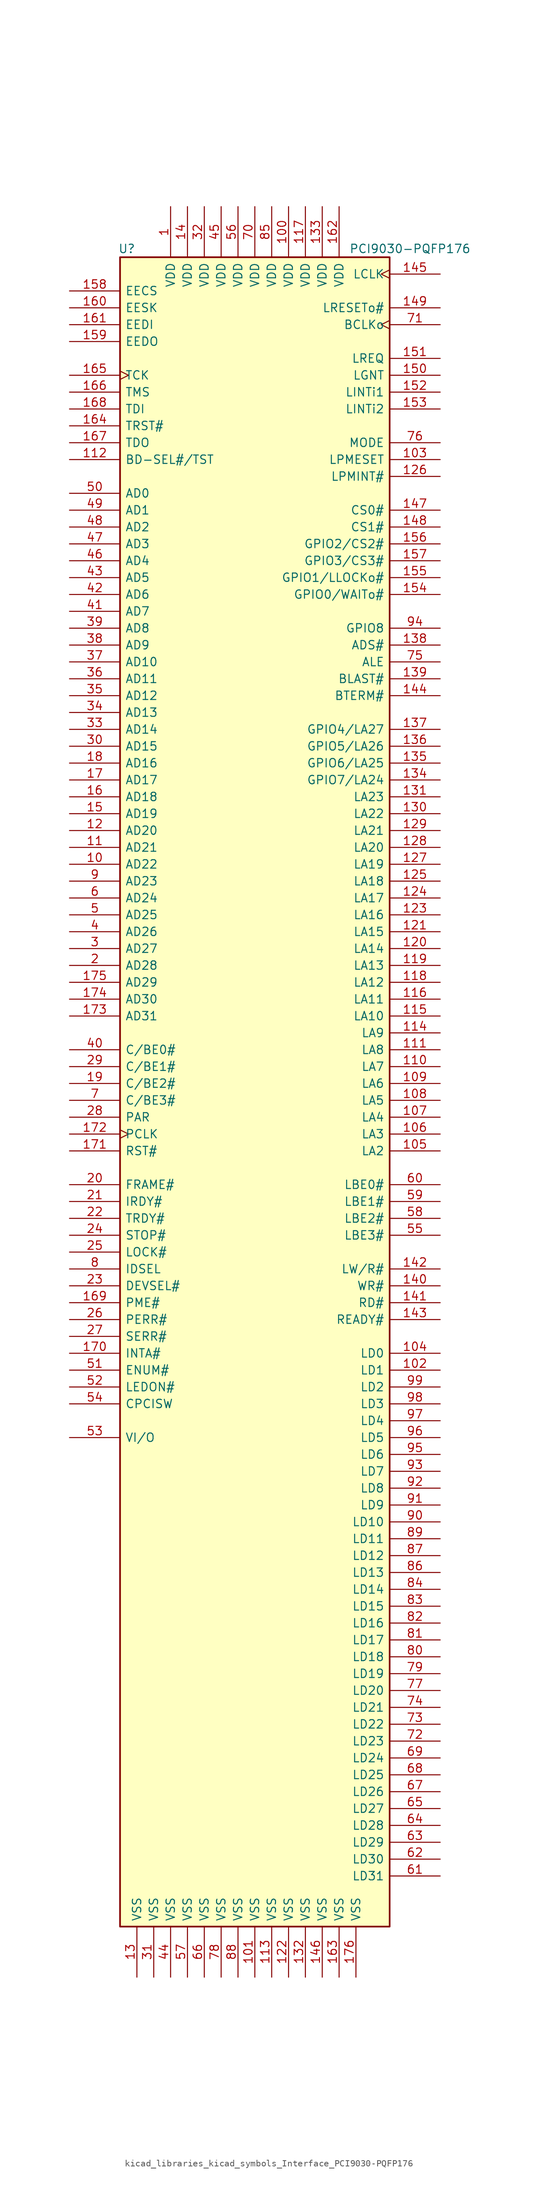
<source format=kicad_sym>
(kicad_symbol_lib
  (version 20220914)
  (generator kicad_symbol_editor)
  (symbol "kicad_libraries_kicad_symbols_Interface_PCI9030-PQFP176"
    (pin_names
      (offset 0.762))
    (property "Reference" "U"
      (at -19.304 125.73 0)
      (effects (font (size 1.27 1.27))))
    (property "Value" "PCI9030-PQFP176"
      (at 14.224 125.73 0)
      (effects (font (size 1.27 1.27)) (justify left)))
    (symbol "kicad_libraries_kicad_symbols_Interface_PCI9030-PQFP176_1_1"
      (rectangle (start 20.32 -127) (end -20.32 124.46) (stroke (width 0.254) (type default)) (fill (type background)))
      (pin power_in line (at -12.7 132.08 270) (length 7.62) (name "VDD" (effects (font (size 1.27 1.27)))) (number "1" (effects (font (size 1.27 1.27)))))
      (pin bidirectional line (at -27.94 33.02 0) (length 7.62) (name "AD22" (effects (font (size 1.27 1.27)))) (number "10" (effects (font (size 1.27 1.27)))))
      (pin power_in line (at 5.08 132.08 270) (length 7.62) (name "VDD" (effects (font (size 1.27 1.27)))) (number "100" (effects (font (size 1.27 1.27)))))
      (pin power_in line (at 0 -134.62 90) (length 7.62) (name "VSS" (effects (font (size 1.27 1.27)))) (number "101" (effects (font (size 1.27 1.27)))))
      (pin bidirectional line (at 27.94 -43.18 180) (length 7.62) (name "LD1" (effects (font (size 1.27 1.27)))) (number "102" (effects (font (size 1.27 1.27)))))
      (pin input line (at 27.94 93.98 180) (length 7.62) (name "LPMESET" (effects (font (size 1.27 1.27)))) (number "103" (effects (font (size 1.27 1.27)))))
      (pin bidirectional line (at 27.94 -40.64 180) (length 7.62) (name "LD0" (effects (font (size 1.27 1.27)))) (number "104" (effects (font (size 1.27 1.27)))))
      (pin output line (at 27.94 -10.16 180) (length 7.62) (name "LA2" (effects (font (size 1.27 1.27)))) (number "105" (effects (font (size 1.27 1.27)))))
      (pin output line (at 27.94 -7.62 180) (length 7.62) (name "LA3" (effects (font (size 1.27 1.27)))) (number "106" (effects (font (size 1.27 1.27)))))
      (pin output line (at 27.94 -5.08 180) (length 7.62) (name "LA4" (effects (font (size 1.27 1.27)))) (number "107" (effects (font (size 1.27 1.27)))))
      (pin output line (at 27.94 -2.54 180) (length 7.62) (name "LA5" (effects (font (size 1.27 1.27)))) (number "108" (effects (font (size 1.27 1.27)))))
      (pin output line (at 27.94 0 180) (length 7.62) (name "LA6" (effects (font (size 1.27 1.27)))) (number "109" (effects (font (size 1.27 1.27)))))
      (pin bidirectional line (at -27.94 35.56 0) (length 7.62) (name "AD21" (effects (font (size 1.27 1.27)))) (number "11" (effects (font (size 1.27 1.27)))))
      (pin output line (at 27.94 2.54 180) (length 7.62) (name "LA7" (effects (font (size 1.27 1.27)))) (number "110" (effects (font (size 1.27 1.27)))))
      (pin output line (at 27.94 5.08 180) (length 7.62) (name "LA8" (effects (font (size 1.27 1.27)))) (number "111" (effects (font (size 1.27 1.27)))))
      (pin input line (at -27.94 93.98 0) (length 7.62) (name "BD-SEL#/TST" (effects (font (size 1.27 1.27)))) (number "112" (effects (font (size 1.27 1.27)))))
      (pin power_in line (at 2.54 -134.62 90) (length 7.62) (name "VSS" (effects (font (size 1.27 1.27)))) (number "113" (effects (font (size 1.27 1.27)))))
      (pin output line (at 27.94 7.62 180) (length 7.62) (name "LA9" (effects (font (size 1.27 1.27)))) (number "114" (effects (font (size 1.27 1.27)))))
      (pin input line (at 27.94 10.16 180) (length 7.62) (name "LA10" (effects (font (size 1.27 1.27)))) (number "115" (effects (font (size 1.27 1.27)))))
      (pin output line (at 27.94 12.7 180) (length 7.62) (name "LA11" (effects (font (size 1.27 1.27)))) (number "116" (effects (font (size 1.27 1.27)))))
      (pin power_in line (at 7.62 132.08 270) (length 7.62) (name "VDD" (effects (font (size 1.27 1.27)))) (number "117" (effects (font (size 1.27 1.27)))))
      (pin output line (at 27.94 15.24 180) (length 7.62) (name "LA12" (effects (font (size 1.27 1.27)))) (number "118" (effects (font (size 1.27 1.27)))))
      (pin output line (at 27.94 17.78 180) (length 7.62) (name "LA13" (effects (font (size 1.27 1.27)))) (number "119" (effects (font (size 1.27 1.27)))))
      (pin bidirectional line (at -27.94 38.1 0) (length 7.62) (name "AD20" (effects (font (size 1.27 1.27)))) (number "12" (effects (font (size 1.27 1.27)))))
      (pin output line (at 27.94 20.32 180) (length 7.62) (name "LA14" (effects (font (size 1.27 1.27)))) (number "120" (effects (font (size 1.27 1.27)))))
      (pin output line (at 27.94 22.86 180) (length 7.62) (name "LA15" (effects (font (size 1.27 1.27)))) (number "121" (effects (font (size 1.27 1.27)))))
      (pin power_in line (at 5.08 -134.62 90) (length 7.62) (name "VSS" (effects (font (size 1.27 1.27)))) (number "122" (effects (font (size 1.27 1.27)))))
      (pin output line (at 27.94 25.4 180) (length 7.62) (name "LA16" (effects (font (size 1.27 1.27)))) (number "123" (effects (font (size 1.27 1.27)))))
      (pin output line (at 27.94 27.94 180) (length 7.62) (name "LA17" (effects (font (size 1.27 1.27)))) (number "124" (effects (font (size 1.27 1.27)))))
      (pin output line (at 27.94 30.48 180) (length 7.62) (name "LA18" (effects (font (size 1.27 1.27)))) (number "125" (effects (font (size 1.27 1.27)))))
      (pin output line (at 27.94 91.44 180) (length 7.62) (name "LPMINT#" (effects (font (size 1.27 1.27)))) (number "126" (effects (font (size 1.27 1.27)))))
      (pin output line (at 27.94 33.02 180) (length 7.62) (name "LA19" (effects (font (size 1.27 1.27)))) (number "127" (effects (font (size 1.27 1.27)))))
      (pin output line (at 27.94 35.56 180) (length 7.62) (name "LA20" (effects (font (size 1.27 1.27)))) (number "128" (effects (font (size 1.27 1.27)))))
      (pin output line (at 27.94 38.1 180) (length 7.62) (name "LA21" (effects (font (size 1.27 1.27)))) (number "129" (effects (font (size 1.27 1.27)))))
      (pin power_in line (at -17.78 -134.62 90) (length 7.62) (name "VSS" (effects (font (size 1.27 1.27)))) (number "13" (effects (font (size 1.27 1.27)))))
      (pin output line (at 27.94 40.64 180) (length 7.62) (name "LA22" (effects (font (size 1.27 1.27)))) (number "130" (effects (font (size 1.27 1.27)))))
      (pin output line (at 27.94 43.18 180) (length 7.62) (name "LA23" (effects (font (size 1.27 1.27)))) (number "131" (effects (font (size 1.27 1.27)))))
      (pin power_in line (at 7.62 -134.62 90) (length 7.62) (name "VSS" (effects (font (size 1.27 1.27)))) (number "132" (effects (font (size 1.27 1.27)))))
      (pin power_in line (at 10.16 132.08 270) (length 7.62) (name "VDD" (effects (font (size 1.27 1.27)))) (number "133" (effects (font (size 1.27 1.27)))))
      (pin bidirectional line (at 27.94 45.72 180) (length 7.62) (name "GPIO7/LA24" (effects (font (size 1.27 1.27)))) (number "134" (effects (font (size 1.27 1.27)))))
      (pin bidirectional line (at 27.94 48.26 180) (length 7.62) (name "GPIO6/LA25" (effects (font (size 1.27 1.27)))) (number "135" (effects (font (size 1.27 1.27)))))
      (pin bidirectional line (at 27.94 50.8 180) (length 7.62) (name "GPIO5/LA26" (effects (font (size 1.27 1.27)))) (number "136" (effects (font (size 1.27 1.27)))))
      (pin bidirectional line (at 27.94 53.34 180) (length 7.62) (name "GPIO4/LA27" (effects (font (size 1.27 1.27)))) (number "137" (effects (font (size 1.27 1.27)))))
      (pin output line (at 27.94 66.04 180) (length 7.62) (name "ADS#" (effects (font (size 1.27 1.27)))) (number "138" (effects (font (size 1.27 1.27)))))
      (pin output line (at 27.94 60.96 180) (length 7.62) (name "BLAST#" (effects (font (size 1.27 1.27)))) (number "139" (effects (font (size 1.27 1.27)))))
      (pin power_in line (at -10.16 132.08 270) (length 7.62) (name "VDD" (effects (font (size 1.27 1.27)))) (number "14" (effects (font (size 1.27 1.27)))))
      (pin output line (at 27.94 -30.48 180) (length 7.62) (name "WR#" (effects (font (size 1.27 1.27)))) (number "140" (effects (font (size 1.27 1.27)))))
      (pin output line (at 27.94 -33.02 180) (length 7.62) (name "RD#" (effects (font (size 1.27 1.27)))) (number "141" (effects (font (size 1.27 1.27)))))
      (pin output line (at 27.94 -27.94 180) (length 7.62) (name "LW/R#" (effects (font (size 1.27 1.27)))) (number "142" (effects (font (size 1.27 1.27)))))
      (pin input line (at 27.94 -35.56 180) (length 7.62) (name "READY#" (effects (font (size 1.27 1.27)))) (number "143" (effects (font (size 1.27 1.27)))))
      (pin input line (at 27.94 58.42 180) (length 7.62) (name "BTERM#" (effects (font (size 1.27 1.27)))) (number "144" (effects (font (size 1.27 1.27)))))
      (pin input clock (at 27.94 121.92 180) (length 7.62) (name "LCLK" (effects (font (size 1.27 1.27)))) (number "145" (effects (font (size 1.27 1.27)))))
      (pin power_in line (at 10.16 -134.62 90) (length 7.62) (name "VSS" (effects (font (size 1.27 1.27)))) (number "146" (effects (font (size 1.27 1.27)))))
      (pin output line (at 27.94 86.36 180) (length 7.62) (name "CS0#" (effects (font (size 1.27 1.27)))) (number "147" (effects (font (size 1.27 1.27)))))
      (pin output line (at 27.94 83.82 180) (length 7.62) (name "CS1#" (effects (font (size 1.27 1.27)))) (number "148" (effects (font (size 1.27 1.27)))))
      (pin output line (at 27.94 116.84 180) (length 7.62) (name "LRESETo#" (effects (font (size 1.27 1.27)))) (number "149" (effects (font (size 1.27 1.27)))))
      (pin bidirectional line (at -27.94 40.64 0) (length 7.62) (name "AD19" (effects (font (size 1.27 1.27)))) (number "15" (effects (font (size 1.27 1.27)))))
      (pin output line (at 27.94 106.68 180) (length 7.62) (name "LGNT" (effects (font (size 1.27 1.27)))) (number "150" (effects (font (size 1.27 1.27)))))
      (pin input line (at 27.94 109.22 180) (length 7.62) (name "LREQ" (effects (font (size 1.27 1.27)))) (number "151" (effects (font (size 1.27 1.27)))))
      (pin input line (at 27.94 104.14 180) (length 7.62) (name "LINTi1" (effects (font (size 1.27 1.27)))) (number "152" (effects (font (size 1.27 1.27)))))
      (pin input line (at 27.94 101.6 180) (length 7.62) (name "LINTi2" (effects (font (size 1.27 1.27)))) (number "153" (effects (font (size 1.27 1.27)))))
      (pin bidirectional line (at 27.94 73.66 180) (length 7.62) (name "GPIO0/WAITo#" (effects (font (size 1.27 1.27)))) (number "154" (effects (font (size 1.27 1.27)))))
      (pin bidirectional line (at 27.94 76.2 180) (length 7.62) (name "GPIO1/LLOCKo#" (effects (font (size 1.27 1.27)))) (number "155" (effects (font (size 1.27 1.27)))))
      (pin bidirectional line (at 27.94 81.28 180) (length 7.62) (name "GPIO2/CS2#" (effects (font (size 1.27 1.27)))) (number "156" (effects (font (size 1.27 1.27)))))
      (pin bidirectional line (at 27.94 78.74 180) (length 7.62) (name "GPIO3/CS3#" (effects (font (size 1.27 1.27)))) (number "157" (effects (font (size 1.27 1.27)))))
      (pin output line (at -27.94 119.38 0) (length 7.62) (name "EECS" (effects (font (size 1.27 1.27)))) (number "158" (effects (font (size 1.27 1.27)))))
      (pin input line (at -27.94 111.76 0) (length 7.62) (name "EEDO" (effects (font (size 1.27 1.27)))) (number "159" (effects (font (size 1.27 1.27)))))
      (pin bidirectional line (at -27.94 43.18 0) (length 7.62) (name "AD18" (effects (font (size 1.27 1.27)))) (number "16" (effects (font (size 1.27 1.27)))))
      (pin output line (at -27.94 116.84 0) (length 7.62) (name "EESK" (effects (font (size 1.27 1.27)))) (number "160" (effects (font (size 1.27 1.27)))))
      (pin output line (at -27.94 114.3 0) (length 7.62) (name "EEDI" (effects (font (size 1.27 1.27)))) (number "161" (effects (font (size 1.27 1.27)))))
      (pin power_in line (at 12.7 132.08 270) (length 7.62) (name "VDD" (effects (font (size 1.27 1.27)))) (number "162" (effects (font (size 1.27 1.27)))))
      (pin power_in line (at 12.7 -134.62 90) (length 7.62) (name "VSS" (effects (font (size 1.27 1.27)))) (number "163" (effects (font (size 1.27 1.27)))))
      (pin input line (at -27.94 99.06 0) (length 7.62) (name "TRST#" (effects (font (size 1.27 1.27)))) (number "164" (effects (font (size 1.27 1.27)))))
      (pin input clock (at -27.94 106.68 0) (length 7.62) (name "TCK" (effects (font (size 1.27 1.27)))) (number "165" (effects (font (size 1.27 1.27)))))
      (pin input line (at -27.94 104.14 0) (length 7.62) (name "TMS" (effects (font (size 1.27 1.27)))) (number "166" (effects (font (size 1.27 1.27)))))
      (pin output line (at -27.94 96.52 0) (length 7.62) (name "TDO" (effects (font (size 1.27 1.27)))) (number "167" (effects (font (size 1.27 1.27)))))
      (pin input line (at -27.94 101.6 0) (length 7.62) (name "TDI" (effects (font (size 1.27 1.27)))) (number "168" (effects (font (size 1.27 1.27)))))
      (pin output line (at -27.94 -33.02 0) (length 7.62) (name "PME#" (effects (font (size 1.27 1.27)))) (number "169" (effects (font (size 1.27 1.27)))))
      (pin bidirectional line (at -27.94 45.72 0) (length 7.62) (name "AD17" (effects (font (size 1.27 1.27)))) (number "17" (effects (font (size 1.27 1.27)))))
      (pin output line (at -27.94 -40.64 0) (length 7.62) (name "INTA#" (effects (font (size 1.27 1.27)))) (number "170" (effects (font (size 1.27 1.27)))))
      (pin input line (at -27.94 -10.16 0) (length 7.62) (name "RST#" (effects (font (size 1.27 1.27)))) (number "171" (effects (font (size 1.27 1.27)))))
      (pin input clock (at -27.94 -7.62 0) (length 7.62) (name "PCLK" (effects (font (size 1.27 1.27)))) (number "172" (effects (font (size 1.27 1.27)))))
      (pin bidirectional line (at -27.94 10.16 0) (length 7.62) (name "AD31" (effects (font (size 1.27 1.27)))) (number "173" (effects (font (size 1.27 1.27)))))
      (pin bidirectional line (at -27.94 12.7 0) (length 7.62) (name "AD30" (effects (font (size 1.27 1.27)))) (number "174" (effects (font (size 1.27 1.27)))))
      (pin bidirectional line (at -27.94 15.24 0) (length 7.62) (name "AD29" (effects (font (size 1.27 1.27)))) (number "175" (effects (font (size 1.27 1.27)))))
      (pin power_in line (at 15.24 -134.62 90) (length 7.62) (name "VSS" (effects (font (size 1.27 1.27)))) (number "176" (effects (font (size 1.27 1.27)))))
      (pin bidirectional line (at -27.94 48.26 0) (length 7.62) (name "AD16" (effects (font (size 1.27 1.27)))) (number "18" (effects (font (size 1.27 1.27)))))
      (pin bidirectional line (at -27.94 0 0) (length 7.62) (name "C/BE2#" (effects (font (size 1.27 1.27)))) (number "19" (effects (font (size 1.27 1.27)))))
      (pin bidirectional line (at -27.94 17.78 0) (length 7.62) (name "AD28" (effects (font (size 1.27 1.27)))) (number "2" (effects (font (size 1.27 1.27)))))
      (pin bidirectional line (at -27.94 -15.24 0) (length 7.62) (name "FRAME#" (effects (font (size 1.27 1.27)))) (number "20" (effects (font (size 1.27 1.27)))))
      (pin bidirectional line (at -27.94 -17.78 0) (length 7.62) (name "IRDY#" (effects (font (size 1.27 1.27)))) (number "21" (effects (font (size 1.27 1.27)))))
      (pin bidirectional line (at -27.94 -20.32 0) (length 7.62) (name "TRDY#" (effects (font (size 1.27 1.27)))) (number "22" (effects (font (size 1.27 1.27)))))
      (pin bidirectional line (at -27.94 -30.48 0) (length 7.62) (name "DEVSEL#" (effects (font (size 1.27 1.27)))) (number "23" (effects (font (size 1.27 1.27)))))
      (pin bidirectional line (at -27.94 -22.86 0) (length 7.62) (name "STOP#" (effects (font (size 1.27 1.27)))) (number "24" (effects (font (size 1.27 1.27)))))
      (pin input line (at -27.94 -25.4 0) (length 7.62) (name "LOCK#" (effects (font (size 1.27 1.27)))) (number "25" (effects (font (size 1.27 1.27)))))
      (pin output line (at -27.94 -35.56 0) (length 7.62) (name "PERR#" (effects (font (size 1.27 1.27)))) (number "26" (effects (font (size 1.27 1.27)))))
      (pin output line (at -27.94 -38.1 0) (length 7.62) (name "SERR#" (effects (font (size 1.27 1.27)))) (number "27" (effects (font (size 1.27 1.27)))))
      (pin bidirectional line (at -27.94 -5.08 0) (length 7.62) (name "PAR" (effects (font (size 1.27 1.27)))) (number "28" (effects (font (size 1.27 1.27)))))
      (pin bidirectional line (at -27.94 2.54 0) (length 7.62) (name "C/BE1#" (effects (font (size 1.27 1.27)))) (number "29" (effects (font (size 1.27 1.27)))))
      (pin bidirectional line (at -27.94 20.32 0) (length 7.62) (name "AD27" (effects (font (size 1.27 1.27)))) (number "3" (effects (font (size 1.27 1.27)))))
      (pin bidirectional line (at -27.94 50.8 0) (length 7.62) (name "AD15" (effects (font (size 1.27 1.27)))) (number "30" (effects (font (size 1.27 1.27)))))
      (pin power_in line (at -15.24 -134.62 90) (length 7.62) (name "VSS" (effects (font (size 1.27 1.27)))) (number "31" (effects (font (size 1.27 1.27)))))
      (pin power_in line (at -7.62 132.08 270) (length 7.62) (name "VDD" (effects (font (size 1.27 1.27)))) (number "32" (effects (font (size 1.27 1.27)))))
      (pin bidirectional line (at -27.94 53.34 0) (length 7.62) (name "AD14" (effects (font (size 1.27 1.27)))) (number "33" (effects (font (size 1.27 1.27)))))
      (pin bidirectional line (at -27.94 55.88 0) (length 7.62) (name "AD13" (effects (font (size 1.27 1.27)))) (number "34" (effects (font (size 1.27 1.27)))))
      (pin bidirectional line (at -27.94 58.42 0) (length 7.62) (name "AD12" (effects (font (size 1.27 1.27)))) (number "35" (effects (font (size 1.27 1.27)))))
      (pin bidirectional line (at -27.94 60.96 0) (length 7.62) (name "AD11" (effects (font (size 1.27 1.27)))) (number "36" (effects (font (size 1.27 1.27)))))
      (pin bidirectional line (at -27.94 63.5 0) (length 7.62) (name "AD10" (effects (font (size 1.27 1.27)))) (number "37" (effects (font (size 1.27 1.27)))))
      (pin bidirectional line (at -27.94 66.04 0) (length 7.62) (name "AD9" (effects (font (size 1.27 1.27)))) (number "38" (effects (font (size 1.27 1.27)))))
      (pin bidirectional line (at -27.94 68.58 0) (length 7.62) (name "AD8" (effects (font (size 1.27 1.27)))) (number "39" (effects (font (size 1.27 1.27)))))
      (pin bidirectional line (at -27.94 22.86 0) (length 7.62) (name "AD26" (effects (font (size 1.27 1.27)))) (number "4" (effects (font (size 1.27 1.27)))))
      (pin bidirectional line (at -27.94 5.08 0) (length 7.62) (name "C/BE0#" (effects (font (size 1.27 1.27)))) (number "40" (effects (font (size 1.27 1.27)))))
      (pin bidirectional line (at -27.94 71.12 0) (length 7.62) (name "AD7" (effects (font (size 1.27 1.27)))) (number "41" (effects (font (size 1.27 1.27)))))
      (pin bidirectional line (at -27.94 73.66 0) (length 7.62) (name "AD6" (effects (font (size 1.27 1.27)))) (number "42" (effects (font (size 1.27 1.27)))))
      (pin bidirectional line (at -27.94 76.2 0) (length 7.62) (name "AD5" (effects (font (size 1.27 1.27)))) (number "43" (effects (font (size 1.27 1.27)))))
      (pin power_in line (at -12.7 -134.62 90) (length 7.62) (name "VSS" (effects (font (size 1.27 1.27)))) (number "44" (effects (font (size 1.27 1.27)))))
      (pin power_in line (at -5.08 132.08 270) (length 7.62) (name "VDD" (effects (font (size 1.27 1.27)))) (number "45" (effects (font (size 1.27 1.27)))))
      (pin bidirectional line (at -27.94 78.74 0) (length 7.62) (name "AD4" (effects (font (size 1.27 1.27)))) (number "46" (effects (font (size 1.27 1.27)))))
      (pin bidirectional line (at -27.94 81.28 0) (length 7.62) (name "AD3" (effects (font (size 1.27 1.27)))) (number "47" (effects (font (size 1.27 1.27)))))
      (pin bidirectional line (at -27.94 83.82 0) (length 7.62) (name "AD2" (effects (font (size 1.27 1.27)))) (number "48" (effects (font (size 1.27 1.27)))))
      (pin bidirectional line (at -27.94 86.36 0) (length 7.62) (name "AD1" (effects (font (size 1.27 1.27)))) (number "49" (effects (font (size 1.27 1.27)))))
      (pin bidirectional line (at -27.94 25.4 0) (length 7.62) (name "AD25" (effects (font (size 1.27 1.27)))) (number "5" (effects (font (size 1.27 1.27)))))
      (pin bidirectional line (at -27.94 88.9 0) (length 7.62) (name "AD0" (effects (font (size 1.27 1.27)))) (number "50" (effects (font (size 1.27 1.27)))))
      (pin output line (at -27.94 -43.18 0) (length 7.62) (name "ENUM#" (effects (font (size 1.27 1.27)))) (number "51" (effects (font (size 1.27 1.27)))))
      (pin output line (at -27.94 -45.72 0) (length 7.62) (name "LEDON#" (effects (font (size 1.27 1.27)))) (number "52" (effects (font (size 1.27 1.27)))))
      (pin power_in line (at -27.94 -53.34 0) (length 7.62) (name "VI/O" (effects (font (size 1.27 1.27)))) (number "53" (effects (font (size 1.27 1.27)))))
      (pin input line (at -27.94 -48.26 0) (length 7.62) (name "CPCISW" (effects (font (size 1.27 1.27)))) (number "54" (effects (font (size 1.27 1.27)))))
      (pin output line (at 27.94 -22.86 180) (length 7.62) (name "LBE3#" (effects (font (size 1.27 1.27)))) (number "55" (effects (font (size 1.27 1.27)))))
      (pin power_in line (at -2.54 132.08 270) (length 7.62) (name "VDD" (effects (font (size 1.27 1.27)))) (number "56" (effects (font (size 1.27 1.27)))))
      (pin power_in line (at -10.16 -134.62 90) (length 7.62) (name "VSS" (effects (font (size 1.27 1.27)))) (number "57" (effects (font (size 1.27 1.27)))))
      (pin output line (at 27.94 -20.32 180) (length 7.62) (name "LBE2#" (effects (font (size 1.27 1.27)))) (number "58" (effects (font (size 1.27 1.27)))))
      (pin output line (at 27.94 -17.78 180) (length 7.62) (name "LBE1#" (effects (font (size 1.27 1.27)))) (number "59" (effects (font (size 1.27 1.27)))))
      (pin bidirectional line (at -27.94 27.94 0) (length 7.62) (name "AD24" (effects (font (size 1.27 1.27)))) (number "6" (effects (font (size 1.27 1.27)))))
      (pin output line (at 27.94 -15.24 180) (length 7.62) (name "LBE0#" (effects (font (size 1.27 1.27)))) (number "60" (effects (font (size 1.27 1.27)))))
      (pin bidirectional line (at 27.94 -119.38 180) (length 7.62) (name "LD31" (effects (font (size 1.27 1.27)))) (number "61" (effects (font (size 1.27 1.27)))))
      (pin bidirectional line (at 27.94 -116.84 180) (length 7.62) (name "LD30" (effects (font (size 1.27 1.27)))) (number "62" (effects (font (size 1.27 1.27)))))
      (pin bidirectional line (at 27.94 -114.3 180) (length 7.62) (name "LD29" (effects (font (size 1.27 1.27)))) (number "63" (effects (font (size 1.27 1.27)))))
      (pin bidirectional line (at 27.94 -111.76 180) (length 7.62) (name "LD28" (effects (font (size 1.27 1.27)))) (number "64" (effects (font (size 1.27 1.27)))))
      (pin bidirectional line (at 27.94 -109.22 180) (length 7.62) (name "LD27" (effects (font (size 1.27 1.27)))) (number "65" (effects (font (size 1.27 1.27)))))
      (pin power_in line (at -7.62 -134.62 90) (length 7.62) (name "VSS" (effects (font (size 1.27 1.27)))) (number "66" (effects (font (size 1.27 1.27)))))
      (pin bidirectional line (at 27.94 -106.68 180) (length 7.62) (name "LD26" (effects (font (size 1.27 1.27)))) (number "67" (effects (font (size 1.27 1.27)))))
      (pin bidirectional line (at 27.94 -104.14 180) (length 7.62) (name "LD25" (effects (font (size 1.27 1.27)))) (number "68" (effects (font (size 1.27 1.27)))))
      (pin bidirectional line (at 27.94 -101.6 180) (length 7.62) (name "LD24" (effects (font (size 1.27 1.27)))) (number "69" (effects (font (size 1.27 1.27)))))
      (pin bidirectional line (at -27.94 -2.54 0) (length 7.62) (name "C/BE3#" (effects (font (size 1.27 1.27)))) (number "7" (effects (font (size 1.27 1.27)))))
      (pin power_in line (at 0 132.08 270) (length 7.62) (name "VDD" (effects (font (size 1.27 1.27)))) (number "70" (effects (font (size 1.27 1.27)))))
      (pin output clock (at 27.94 114.3 180) (length 7.62) (name "BCLKo" (effects (font (size 1.27 1.27)))) (number "71" (effects (font (size 1.27 1.27)))))
      (pin bidirectional line (at 27.94 -99.06 180) (length 7.62) (name "LD23" (effects (font (size 1.27 1.27)))) (number "72" (effects (font (size 1.27 1.27)))))
      (pin bidirectional line (at 27.94 -96.52 180) (length 7.62) (name "LD22" (effects (font (size 1.27 1.27)))) (number "73" (effects (font (size 1.27 1.27)))))
      (pin bidirectional line (at 27.94 -93.98 180) (length 7.62) (name "LD21" (effects (font (size 1.27 1.27)))) (number "74" (effects (font (size 1.27 1.27)))))
      (pin output line (at 27.94 63.5 180) (length 7.62) (name "ALE" (effects (font (size 1.27 1.27)))) (number "75" (effects (font (size 1.27 1.27)))))
      (pin input line (at 27.94 96.52 180) (length 7.62) (name "MODE" (effects (font (size 1.27 1.27)))) (number "76" (effects (font (size 1.27 1.27)))))
      (pin bidirectional line (at 27.94 -91.44 180) (length 7.62) (name "LD20" (effects (font (size 1.27 1.27)))) (number "77" (effects (font (size 1.27 1.27)))))
      (pin power_in line (at -5.08 -134.62 90) (length 7.62) (name "VSS" (effects (font (size 1.27 1.27)))) (number "78" (effects (font (size 1.27 1.27)))))
      (pin bidirectional line (at 27.94 -88.9 180) (length 7.62) (name "LD19" (effects (font (size 1.27 1.27)))) (number "79" (effects (font (size 1.27 1.27)))))
      (pin input line (at -27.94 -27.94 0) (length 7.62) (name "IDSEL" (effects (font (size 1.27 1.27)))) (number "8" (effects (font (size 1.27 1.27)))))
      (pin bidirectional line (at 27.94 -86.36 180) (length 7.62) (name "LD18" (effects (font (size 1.27 1.27)))) (number "80" (effects (font (size 1.27 1.27)))))
      (pin bidirectional line (at 27.94 -83.82 180) (length 7.62) (name "LD17" (effects (font (size 1.27 1.27)))) (number "81" (effects (font (size 1.27 1.27)))))
      (pin bidirectional line (at 27.94 -81.28 180) (length 7.62) (name "LD16" (effects (font (size 1.27 1.27)))) (number "82" (effects (font (size 1.27 1.27)))))
      (pin bidirectional line (at 27.94 -78.74 180) (length 7.62) (name "LD15" (effects (font (size 1.27 1.27)))) (number "83" (effects (font (size 1.27 1.27)))))
      (pin bidirectional line (at 27.94 -76.2 180) (length 7.62) (name "LD14" (effects (font (size 1.27 1.27)))) (number "84" (effects (font (size 1.27 1.27)))))
      (pin power_in line (at 2.54 132.08 270) (length 7.62) (name "VDD" (effects (font (size 1.27 1.27)))) (number "85" (effects (font (size 1.27 1.27)))))
      (pin bidirectional line (at 27.94 -73.66 180) (length 7.62) (name "LD13" (effects (font (size 1.27 1.27)))) (number "86" (effects (font (size 1.27 1.27)))))
      (pin bidirectional line (at 27.94 -71.12 180) (length 7.62) (name "LD12" (effects (font (size 1.27 1.27)))) (number "87" (effects (font (size 1.27 1.27)))))
      (pin power_in line (at -2.54 -134.62 90) (length 7.62) (name "VSS" (effects (font (size 1.27 1.27)))) (number "88" (effects (font (size 1.27 1.27)))))
      (pin bidirectional line (at 27.94 -68.58 180) (length 7.62) (name "LD11" (effects (font (size 1.27 1.27)))) (number "89" (effects (font (size 1.27 1.27)))))
      (pin bidirectional line (at -27.94 30.48 0) (length 7.62) (name "AD23" (effects (font (size 1.27 1.27)))) (number "9" (effects (font (size 1.27 1.27)))))
      (pin bidirectional line (at 27.94 -66.04 180) (length 7.62) (name "LD10" (effects (font (size 1.27 1.27)))) (number "90" (effects (font (size 1.27 1.27)))))
      (pin bidirectional line (at 27.94 -63.5 180) (length 7.62) (name "LD9" (effects (font (size 1.27 1.27)))) (number "91" (effects (font (size 1.27 1.27)))))
      (pin bidirectional line (at 27.94 -60.96 180) (length 7.62) (name "LD8" (effects (font (size 1.27 1.27)))) (number "92" (effects (font (size 1.27 1.27)))))
      (pin bidirectional line (at 27.94 -58.42 180) (length 7.62) (name "LD7" (effects (font (size 1.27 1.27)))) (number "93" (effects (font (size 1.27 1.27)))))
      (pin bidirectional line (at 27.94 68.58 180) (length 7.62) (name "GPIO8" (effects (font (size 1.27 1.27)))) (number "94" (effects (font (size 1.27 1.27)))))
      (pin bidirectional line (at 27.94 -55.88 180) (length 7.62) (name "LD6" (effects (font (size 1.27 1.27)))) (number "95" (effects (font (size 1.27 1.27)))))
      (pin bidirectional line (at 27.94 -53.34 180) (length 7.62) (name "LD5" (effects (font (size 1.27 1.27)))) (number "96" (effects (font (size 1.27 1.27)))))
      (pin bidirectional line (at 27.94 -50.8 180) (length 7.62) (name "LD4" (effects (font (size 1.27 1.27)))) (number "97" (effects (font (size 1.27 1.27)))))
      (pin bidirectional line (at 27.94 -48.26 180) (length 7.62) (name "LD3" (effects (font (size 1.27 1.27)))) (number "98" (effects (font (size 1.27 1.27)))))
      (pin bidirectional line (at 27.94 -45.72 180) (length 7.62) (name "LD2" (effects (font (size 1.27 1.27)))) (number "99" (effects (font (size 1.27 1.27))))))))
</source>
